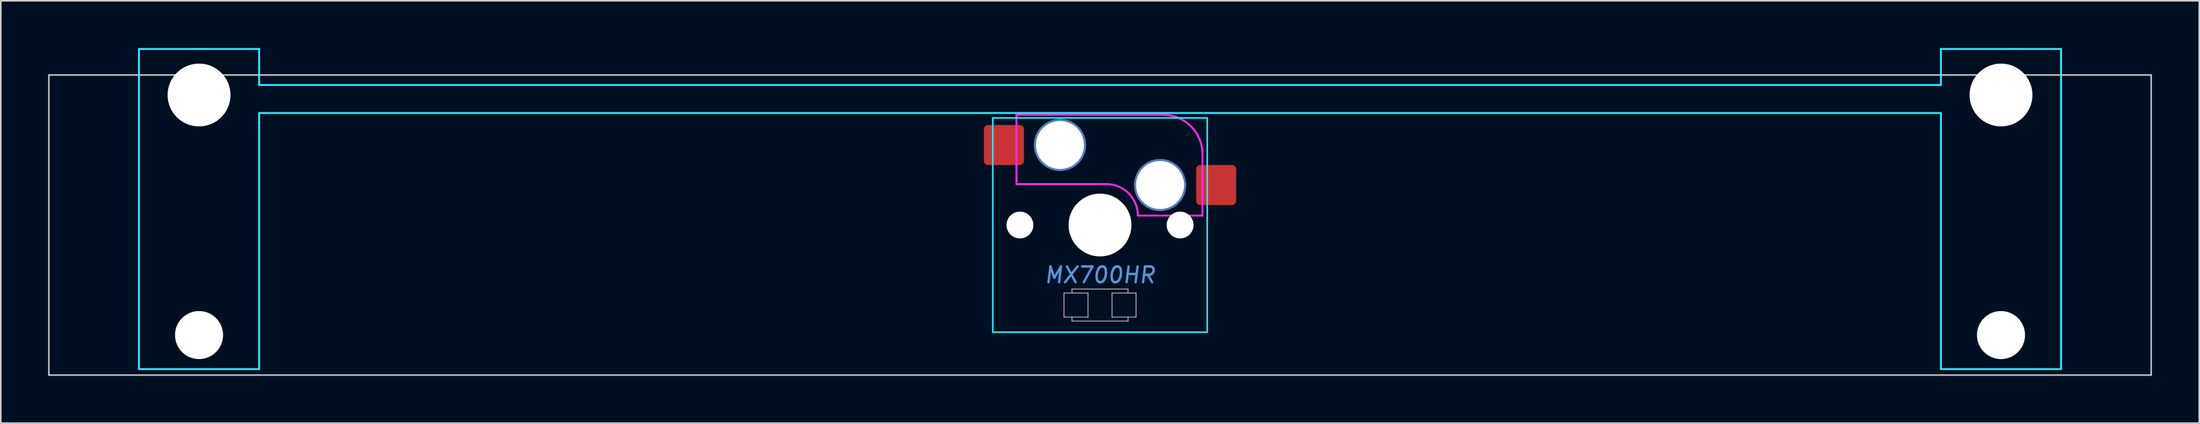
<source format=kicad_pcb>
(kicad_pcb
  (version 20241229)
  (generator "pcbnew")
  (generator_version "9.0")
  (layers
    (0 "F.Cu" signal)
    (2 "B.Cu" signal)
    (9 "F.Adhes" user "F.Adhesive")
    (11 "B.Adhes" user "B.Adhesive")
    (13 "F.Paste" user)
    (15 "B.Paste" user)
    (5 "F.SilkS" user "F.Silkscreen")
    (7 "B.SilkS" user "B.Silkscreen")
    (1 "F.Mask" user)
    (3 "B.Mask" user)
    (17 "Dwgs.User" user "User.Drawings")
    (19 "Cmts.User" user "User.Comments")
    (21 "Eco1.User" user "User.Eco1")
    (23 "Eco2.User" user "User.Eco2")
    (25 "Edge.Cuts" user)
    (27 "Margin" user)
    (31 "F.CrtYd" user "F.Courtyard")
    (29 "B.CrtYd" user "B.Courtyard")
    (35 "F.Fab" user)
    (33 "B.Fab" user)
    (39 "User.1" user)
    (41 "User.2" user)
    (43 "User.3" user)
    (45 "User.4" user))
  (footprint "MX700HR"
    (layer "F.Cu")
    (at 64.185 6.156)
    (property "Reference" "MX700HR" (at 2.54 8.255 0) (layer "Cmts.User") (effects (font (size 1 1) (thickness 0.15) (italic yes))))
    (attr smd)
    (fp_line (start -64.135 -4.445) (end -64.135 14.605) (stroke (width 0.1) (type solid)) (layer "Dwgs.User"))
    (fp_line (start -64.135 -4.445) (end 69.215 -4.445) (stroke (width 0.1) (type solid)) (layer "Dwgs.User"))
    (fp_line (start -64.135 14.605) (end 69.215 14.605) (stroke (width 0.1) (type solid)) (layer "Dwgs.User"))
    (fp_line (start 0.254 9.398) (end 1.778 9.398) (stroke (width 0.051) (type solid)) (layer "Dwgs.User"))
    (fp_line (start 0.254 10.922) (end 0.254 9.398) (stroke (width 0.051) (type solid)) (layer "Dwgs.User"))
    (fp_line (start 0.762 9.144) (end 4.318 9.144) (stroke (width 0.051) (type solid)) (layer "Dwgs.User"))
    (fp_line (start 0.762 9.398) (end 0.762 9.144) (stroke (width 0.051) (type solid)) (layer "Dwgs.User"))
    (fp_line (start 0.762 11.176) (end 0.762 10.922) (stroke (width 0.051) (type solid)) (layer "Dwgs.User"))
    (fp_line (start 1.778 9.398) (end 1.778 10.922) (stroke (width 0.051) (type solid)) (layer "Dwgs.User"))
    (fp_line (start 1.778 10.922) (end 0.254 10.922) (stroke (width 0.051) (type solid)) (layer "Dwgs.User"))
    (fp_line (start 3.302 9.398) (end 4.826 9.398) (stroke (width 0.051) (type solid)) (layer "Dwgs.User"))
    (fp_line (start 3.302 10.922) (end 3.302 9.398) (stroke (width 0.051) (type solid)) (layer "Dwgs.User"))
    (fp_line (start 4.318 9.144) (end 4.318 9.398) (stroke (width 0.051) (type solid)) (layer "Dwgs.User"))
    (fp_line (start 4.318 10.922) (end 4.318 11.176) (stroke (width 0.051) (type solid)) (layer "Dwgs.User"))
    (fp_line (start 4.318 11.176) (end 0.762 11.176) (stroke (width 0.051) (type solid)) (layer "Dwgs.User"))
    (fp_line (start 4.826 9.398) (end 4.826 10.922) (stroke (width 0.051) (type solid)) (layer "Dwgs.User"))
    (fp_line (start 4.826 10.922) (end 3.302 10.922) (stroke (width 0.051) (type solid)) (layer "Dwgs.User"))
    (fp_line (start 69.215 -4.445) (end 69.215 14.605) (stroke (width 0.1) (type solid)) (layer "Dwgs.User"))
    (fp_line (start -58.11 -3.435) (end -58.11 10.565) (stroke (width 0.1) (type solid)) (layer "Eco1.User"))
    (fp_line (start -57.61 -3.935) (end -51.61 -3.935) (stroke (width 0.1) (type solid)) (layer "Eco1.User"))
    (fp_line (start -51.61 11.065) (end -57.61 11.065) (stroke (width 0.1) (type solid)) (layer "Eco1.User"))
    (fp_line (start -51.11 10.565) (end -51.11 -3.435) (stroke (width 0.1) (type solid)) (layer "Eco1.User"))
    (fp_line (start -4.46 -1.42) (end -4.46 11.58) (stroke (width 0.1) (type solid)) (layer "Eco1.User"))
    (fp_line (start -3.96 12.08) (end 9.04 12.08) (stroke (width 0.1) (type solid)) (layer "Eco1.User"))
    (fp_line (start 9.04 -1.92) (end -3.96 -1.92) (stroke (width 0.1) (type solid)) (layer "Eco1.User"))
    (fp_line (start 9.54 11.58) (end 9.54 -1.42) (stroke (width 0.1) (type solid)) (layer "Eco1.User"))
    (fp_line (start 56.19 -3.435) (end 56.19 10.565) (stroke (width 0.1) (type solid)) (layer "Eco1.User"))
    (fp_line (start 56.69 -3.935) (end 62.69 -3.935) (stroke (width 0.1) (type solid)) (layer "Eco1.User"))
    (fp_line (start 62.69 11.065) (end 56.69 11.065) (stroke (width 0.1) (type solid)) (layer "Eco1.User"))
    (fp_line (start 63.19 10.565) (end 63.19 -3.435) (stroke (width 0.1) (type solid)) (layer "Eco1.User"))
    (fp_arc (start -58.11 -3.435) (mid -57.963553 -3.788553) (end -57.61 -3.935) (stroke (width 0.1) (type solid)) (layer "Eco1.User"))
    (fp_arc (start -57.61 11.065) (mid -57.963553 10.918553) (end -58.11 10.565) (stroke (width 0.1) (type solid)) (layer "Eco1.User"))
    (fp_arc (start -51.61 -3.935) (mid -51.256447 -3.788553) (end -51.11 -3.435) (stroke (width 0.1) (type solid)) (layer "Eco1.User"))
    (fp_arc (start -51.11 10.565) (mid -51.256447 10.918553) (end -51.61 11.065) (stroke (width 0.1) (type solid)) (layer "Eco1.User"))
    (fp_arc (start -4.46 -1.42) (mid -4.313553 -1.773553) (end -3.96 -1.92) (stroke (width 0.1) (type solid)) (layer "Eco1.User"))
    (fp_arc (start -3.96 12.08) (mid -4.313553 11.933553) (end -4.46 11.58) (stroke (width 0.1) (type solid)) (layer "Eco1.User"))
    (fp_arc (start 9.04 -1.92) (mid 9.393553 -1.773553) (end 9.54 -1.42) (stroke (width 0.1) (type solid)) (layer "Eco1.User"))
    (fp_arc (start 9.54 11.58) (mid 9.393553 11.933553) (end 9.04 12.08) (stroke (width 0.1) (type solid)) (layer "Eco1.User"))
    (fp_arc (start 56.19 -3.435) (mid 56.336447 -3.788553) (end 56.69 -3.935) (stroke (width 0.1) (type solid)) (layer "Eco1.User"))
    (fp_arc (start 56.69 11.065) (mid 56.336447 10.918553) (end 56.19 10.565) (stroke (width 0.1) (type solid)) (layer "Eco1.User"))
    (fp_arc (start 62.69 -3.935) (mid 63.043553 -3.788553) (end 63.19 -3.435) (stroke (width 0.1) (type solid)) (layer "Eco1.User"))
    (fp_arc (start 63.19 10.565) (mid 63.043553 10.918553) (end 62.69 11.065) (stroke (width 0.1) (type solid)) (layer "Eco1.User"))
    (fp_line (start -58.42 -6.096) (end -58.42 14.224) (stroke (width 0.12) (type solid)) (layer "B.CrtYd"))
    (fp_line (start -58.42 -6.096) (end -50.8 -6.096) (stroke (width 0.12) (type solid)) (layer "B.CrtYd"))
    (fp_line (start -58.42 14.224) (end -50.8 14.224) (stroke (width 0.12) (type solid)) (layer "B.CrtYd"))
    (fp_line (start -50.8 -6.096) (end -50.8 -3.81) (stroke (width 0.12) (type solid)) (layer "B.CrtYd"))
    (fp_line (start -50.8 -2.032) (end -50.8 14.224) (stroke (width 0.12) (type solid)) (layer "B.CrtYd"))
    (fp_line (start -4.26 -1.72) (end -4.26 11.88) (stroke (width 0.1) (type solid)) (layer "B.CrtYd"))
    (fp_line (start 9.34 -1.72) (end -4.26 -1.72) (stroke (width 0.1) (type solid)) (layer "B.CrtYd"))
    (fp_line (start 9.34 -1.72) (end 9.34 11.88) (stroke (width 0.1) (type solid)) (layer "B.CrtYd"))
    (fp_line (start 9.34 11.88) (end -4.26 11.88) (stroke (width 0.1) (type solid)) (layer "B.CrtYd"))
    (fp_line (start 55.88 -6.096) (end 55.88 -3.81) (stroke (width 0.12) (type solid)) (layer "B.CrtYd"))
    (fp_line (start 55.88 -3.81) (end -50.8 -3.81) (stroke (width 0.12) (type solid)) (layer "B.CrtYd"))
    (fp_line (start 55.88 -2.032) (end -50.8 -2.032) (stroke (width 0.12) (type solid)) (layer "B.CrtYd"))
    (fp_line (start 55.88 -2.032) (end 55.88 14.224) (stroke (width 0.12) (type solid)) (layer "B.CrtYd"))
    (fp_line (start 63.5 -6.096) (end 55.88 -6.096) (stroke (width 0.12) (type solid)) (layer "B.CrtYd"))
    (fp_line (start 63.5 -6.096) (end 63.5 14.224) (stroke (width 0.12) (type solid)) (layer "B.CrtYd"))
    (fp_line (start 63.5 14.224) (end 55.88 14.224) (stroke (width 0.12) (type solid)) (layer "B.CrtYd"))
    (fp_line (start -2.76 -1.92) (end -2.76 2.48) (stroke (width 0.127) (type solid)) (layer "F.CrtYd"))
    (fp_line (start -2.66 -1.92) (end -2.76 -1.92) (stroke (width 0.12) (type solid)) (layer "F.CrtYd"))
    (fp_line (start 2.94 2.48) (end -2.76 2.48) (stroke (width 0.127) (type solid)) (layer "F.CrtYd"))
    (fp_line (start 6.54 -1.92) (end -2.66 -1.92) (stroke (width 0.12) (type solid)) (layer "F.CrtYd"))
    (fp_line (start 9.04 0.58) (end 9.04 4.48) (stroke (width 0.12) (type solid)) (layer "F.CrtYd"))
    (fp_line (start 9.04 4.48) (end 4.94 4.48) (stroke (width 0.12) (type solid)) (layer "F.CrtYd"))
    (fp_arc (start 2.94 2.48) (mid 4.354214 3.065786) (end 4.94 4.48) (stroke (width 0.127) (type solid)) (layer "F.CrtYd"))
    (fp_arc (start 6.54 -1.92) (mid 8.307767 -1.187767) (end 9.04 0.58) (stroke (width 0.127) (type solid)) (layer "F.CrtYd"))
    (pad "" np_thru_hole circle (at -54.61 -3.175 180) (size 3.988 3.988) (drill 3.988) (layers "*.Cu" "*.Mask"))
    (pad "" np_thru_hole circle (at -54.61 12.065 180) (size 3.048 3.048) (drill 3.048) (layers "*.Cu" "*.Mask"))
    (pad "" np_thru_hole circle (at -2.54 5.08) (size 1.702 1.702) (drill 1.702) (layers "*.Cu" "*.Mask"))
    (pad "" np_thru_hole circle (at 0 0) (size 3.302 3.302) (drill 3.048) (layers "*.Cu" "*.Mask"))
    (pad "" np_thru_hole circle (at 2.54 5.08) (size 3.988 3.988) (drill 3.988) (layers "*.Cu" "*.Mask"))
    (pad "" np_thru_hole circle (at 6.35 2.54) (size 3.302 3.302) (drill 3.048) (layers "*.Cu" "*.Mask"))
    (pad "" np_thru_hole circle (at 7.62 5.08) (size 1.702 1.702) (drill 1.702) (layers "*.Cu" "*.Mask"))
    (pad "" np_thru_hole circle (at 59.69 -3.175 180) (size 3.988 3.988) (drill 3.988) (layers "*.Cu" "*.Mask"))
    (pad "" np_thru_hole circle (at 59.69 12.065 180) (size 3.048 3.048) (drill 3.048) (layers "*.Cu" "*.Mask"))
    (pad "1" smd roundrect (at -3.556 0) (size 2.54 2.54) (layers "F.Cu" "F.Mask") (roundrect_rratio 0.1))
    (pad "2" smd roundrect (at 9.906 2.54) (size 2.54 2.54) (layers "F.Cu" "F.Mask") (roundrect_rratio 0.1)))
  (gr_rect
    (start -3 -3)
    (end 136.45 23.811)
    (stroke (width 0.1) (type default))
    (fill no)
    (layer "Edge.Cuts")))
</source>
